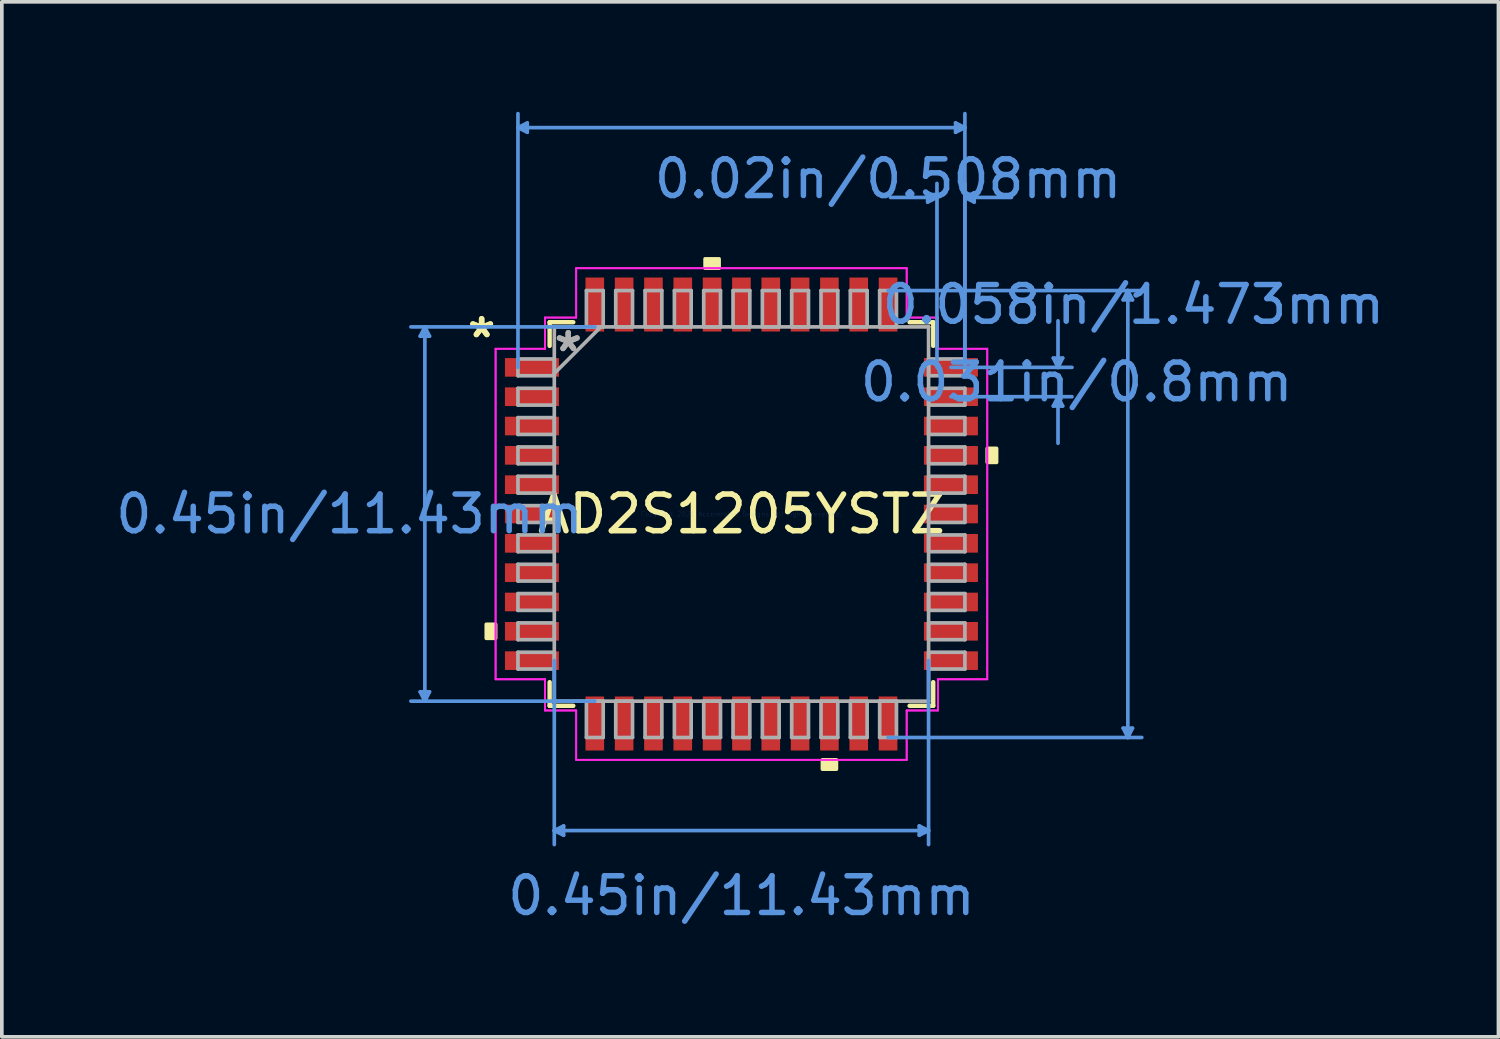
<source format=kicad_pcb>
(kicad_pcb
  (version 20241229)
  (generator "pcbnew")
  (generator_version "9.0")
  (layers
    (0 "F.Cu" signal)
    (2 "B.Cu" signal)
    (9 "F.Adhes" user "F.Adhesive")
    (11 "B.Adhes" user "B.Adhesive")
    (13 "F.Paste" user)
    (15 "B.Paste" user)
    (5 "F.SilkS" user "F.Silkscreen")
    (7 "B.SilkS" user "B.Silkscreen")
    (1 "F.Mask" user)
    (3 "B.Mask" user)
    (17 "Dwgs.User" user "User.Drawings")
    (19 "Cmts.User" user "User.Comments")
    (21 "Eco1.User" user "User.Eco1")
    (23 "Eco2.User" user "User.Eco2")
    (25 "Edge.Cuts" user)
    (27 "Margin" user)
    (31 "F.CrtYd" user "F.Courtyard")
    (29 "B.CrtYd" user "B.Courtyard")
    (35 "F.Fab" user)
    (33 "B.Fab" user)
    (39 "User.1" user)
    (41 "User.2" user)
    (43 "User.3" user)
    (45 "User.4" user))
  (footprint "AD2S1205YSTZ"
    (layer "F.Cu")
    (at 17.176 10.972)
    (property "Reference" "AD2S1205YSTZ" (at 0 0 0) (layer "F.SilkS") (effects (font (size 1 1) (thickness 0.15))))
    (attr through_hole)
    (fp_line (start -5.232 -5.232) (end -5.232 -4.587) (stroke (width 0.12) (type solid)) (layer "F.SilkS"))
    (fp_line (start -5.232 4.587) (end -5.232 5.232) (stroke (width 0.12) (type solid)) (layer "F.SilkS"))
    (fp_line (start -5.232 5.232) (end -4.587 5.232) (stroke (width 0.12) (type solid)) (layer "F.SilkS"))
    (fp_line (start -4.587 -5.232) (end -5.232 -5.232) (stroke (width 0.12) (type solid)) (layer "F.SilkS"))
    (fp_line (start 4.587 5.232) (end 5.232 5.232) (stroke (width 0.12) (type solid)) (layer "F.SilkS"))
    (fp_line (start 5.232 -5.232) (end 4.587 -5.232) (stroke (width 0.12) (type solid)) (layer "F.SilkS"))
    (fp_line (start 5.232 -4.587) (end 5.232 -5.232) (stroke (width 0.12) (type solid)) (layer "F.SilkS"))
    (fp_line (start 5.232 5.232) (end 5.232 4.587) (stroke (width 0.12) (type solid)) (layer "F.SilkS"))
    (fp_poly (pts (xy -6.96 3.009) (xy -6.96 3.39) (xy -6.706 3.39) (xy -6.706 3.009)) (stroke (width 0.1) (type solid)) (fill yes) (layer "F.SilkS"))
    (fp_poly (pts (xy -0.991 -6.706) (xy -0.991 -6.96) (xy -0.61 -6.96) (xy -0.61 -6.706)) (stroke (width 0.1) (type solid)) (fill yes) (layer "F.SilkS"))
    (fp_poly (pts (xy 2.209 6.706) (xy 2.209 6.96) (xy 2.591 6.96) (xy 2.591 6.706)) (stroke (width 0.1) (type solid)) (fill yes) (layer "F.SilkS"))
    (fp_poly (pts (xy 6.96 -1.79) (xy 6.96 -1.409) (xy 6.706 -1.409) (xy 6.706 -1.79)) (stroke (width 0.1) (type solid)) (fill yes) (layer "F.SilkS"))
    (fp_line (start -8.763 -4.851) (end -8.509 -4.851) (stroke (width 0.1) (type solid)) (layer "Cmts.User"))
    (fp_line (start -8.763 4.851) (end -8.509 4.851) (stroke (width 0.1) (type solid)) (layer "Cmts.User"))
    (fp_line (start -8.636 -5.105) (end -8.763 -4.851) (stroke (width 0.1) (type solid)) (layer "Cmts.User"))
    (fp_line (start -8.636 -5.105) (end -8.636 5.105) (stroke (width 0.1) (type solid)) (layer "Cmts.User"))
    (fp_line (start -8.636 -5.105) (end -8.509 -4.851) (stroke (width 0.1) (type solid)) (layer "Cmts.User"))
    (fp_line (start -8.636 5.105) (end -8.763 4.851) (stroke (width 0.1) (type solid)) (layer "Cmts.User"))
    (fp_line (start -8.636 5.105) (end -8.509 4.851) (stroke (width 0.1) (type solid)) (layer "Cmts.User"))
    (fp_line (start -6.096 -10.541) (end -5.842 -10.668) (stroke (width 0.1) (type solid)) (layer "Cmts.User"))
    (fp_line (start -6.096 -10.541) (end -5.842 -10.414) (stroke (width 0.1) (type solid)) (layer "Cmts.User"))
    (fp_line (start -6.096 -10.541) (end 6.096 -10.541) (stroke (width 0.1) (type solid)) (layer "Cmts.User"))
    (fp_line (start -6.096 -4) (end -6.096 -10.922) (stroke (width 0.1) (type solid)) (layer "Cmts.User"))
    (fp_line (start -5.842 -10.668) (end -5.842 -10.414) (stroke (width 0.1) (type solid)) (layer "Cmts.User"))
    (fp_line (start -5.105 4) (end -5.105 9.017) (stroke (width 0.1) (type solid)) (layer "Cmts.User"))
    (fp_line (start -5.105 8.636) (end -4.851 8.509) (stroke (width 0.1) (type solid)) (layer "Cmts.User"))
    (fp_line (start -5.105 8.636) (end -4.851 8.763) (stroke (width 0.1) (type solid)) (layer "Cmts.User"))
    (fp_line (start -5.105 8.636) (end 5.105 8.636) (stroke (width 0.1) (type solid)) (layer "Cmts.User"))
    (fp_line (start -4.851 8.509) (end -4.851 8.763) (stroke (width 0.1) (type solid)) (layer "Cmts.User"))
    (fp_line (start -4 -5.105) (end -9.017 -5.105) (stroke (width 0.1) (type solid)) (layer "Cmts.User"))
    (fp_line (start -4 5.105) (end -9.017 5.105) (stroke (width 0.1) (type solid)) (layer "Cmts.User"))
    (fp_line (start 4 -6.096) (end 10.922 -6.096) (stroke (width 0.1) (type solid)) (layer "Cmts.User"))
    (fp_line (start 4 6.096) (end 10.922 6.096) (stroke (width 0.1) (type solid)) (layer "Cmts.User"))
    (fp_line (start 4.851 8.509) (end 4.851 8.763) (stroke (width 0.1) (type solid)) (layer "Cmts.User"))
    (fp_line (start 5.08 -8.763) (end 5.08 -8.509) (stroke (width 0.1) (type solid)) (layer "Cmts.User"))
    (fp_line (start 5.105 4) (end 5.105 9.017) (stroke (width 0.1) (type solid)) (layer "Cmts.User"))
    (fp_line (start 5.105 8.636) (end 4.851 8.509) (stroke (width 0.1) (type solid)) (layer "Cmts.User"))
    (fp_line (start 5.105 8.636) (end 4.851 8.763) (stroke (width 0.1) (type solid)) (layer "Cmts.User"))
    (fp_line (start 5.334 -8.636) (end 4.064 -8.636) (stroke (width 0.1) (type solid)) (layer "Cmts.User"))
    (fp_line (start 5.334 -8.636) (end 5.08 -8.763) (stroke (width 0.1) (type solid)) (layer "Cmts.User"))
    (fp_line (start 5.334 -8.636) (end 5.08 -8.509) (stroke (width 0.1) (type solid)) (layer "Cmts.User"))
    (fp_line (start 5.334 -4) (end 5.334 -9.017) (stroke (width 0.1) (type solid)) (layer "Cmts.User"))
    (fp_line (start 5.715 -4) (end 9.017 -4) (stroke (width 0.1) (type solid)) (layer "Cmts.User"))
    (fp_line (start 5.715 -3.2) (end 9.017 -3.2) (stroke (width 0.1) (type solid)) (layer "Cmts.User"))
    (fp_line (start 5.842 -10.668) (end 5.842 -10.414) (stroke (width 0.1) (type solid)) (layer "Cmts.User"))
    (fp_line (start 6.096 -10.541) (end 5.842 -10.668) (stroke (width 0.1) (type solid)) (layer "Cmts.User"))
    (fp_line (start 6.096 -10.541) (end 5.842 -10.414) (stroke (width 0.1) (type solid)) (layer "Cmts.User"))
    (fp_line (start 6.096 -8.636) (end 6.35 -8.763) (stroke (width 0.1) (type solid)) (layer "Cmts.User"))
    (fp_line (start 6.096 -8.636) (end 6.35 -8.509) (stroke (width 0.1) (type solid)) (layer "Cmts.User"))
    (fp_line (start 6.096 -8.636) (end 7.366 -8.636) (stroke (width 0.1) (type solid)) (layer "Cmts.User"))
    (fp_line (start 6.096 -4) (end 6.096 -10.922) (stroke (width 0.1) (type solid)) (layer "Cmts.User"))
    (fp_line (start 6.096 -4) (end 6.096 -9.017) (stroke (width 0.1) (type solid)) (layer "Cmts.User"))
    (fp_line (start 6.35 -8.763) (end 6.35 -8.509) (stroke (width 0.1) (type solid)) (layer "Cmts.User"))
    (fp_line (start 8.509 -4.254) (end 8.763 -4.254) (stroke (width 0.1) (type solid)) (layer "Cmts.User"))
    (fp_line (start 8.509 -2.946) (end 8.763 -2.946) (stroke (width 0.1) (type solid)) (layer "Cmts.User"))
    (fp_line (start 8.636 -4) (end 8.509 -4.254) (stroke (width 0.1) (type solid)) (layer "Cmts.User"))
    (fp_line (start 8.636 -4) (end 8.636 -5.27) (stroke (width 0.1) (type solid)) (layer "Cmts.User"))
    (fp_line (start 8.636 -4) (end 8.763 -4.254) (stroke (width 0.1) (type solid)) (layer "Cmts.User"))
    (fp_line (start 8.636 -3.2) (end 8.509 -2.946) (stroke (width 0.1) (type solid)) (layer "Cmts.User"))
    (fp_line (start 8.636 -3.2) (end 8.636 -1.93) (stroke (width 0.1) (type solid)) (layer "Cmts.User"))
    (fp_line (start 8.636 -3.2) (end 8.763 -2.946) (stroke (width 0.1) (type solid)) (layer "Cmts.User"))
    (fp_line (start 10.414 -5.842) (end 10.668 -5.842) (stroke (width 0.1) (type solid)) (layer "Cmts.User"))
    (fp_line (start 10.414 5.842) (end 10.668 5.842) (stroke (width 0.1) (type solid)) (layer "Cmts.User"))
    (fp_line (start 10.541 -6.096) (end 10.414 -5.842) (stroke (width 0.1) (type solid)) (layer "Cmts.User"))
    (fp_line (start 10.541 -6.096) (end 10.541 6.096) (stroke (width 0.1) (type solid)) (layer "Cmts.User"))
    (fp_line (start 10.541 -6.096) (end 10.668 -5.842) (stroke (width 0.1) (type solid)) (layer "Cmts.User"))
    (fp_line (start 10.541 6.096) (end 10.414 5.842) (stroke (width 0.1) (type solid)) (layer "Cmts.User"))
    (fp_line (start 10.541 6.096) (end 10.668 5.842) (stroke (width 0.1) (type solid)) (layer "Cmts.User"))
    (fp_line (start -6.706 -4.508) (end -5.359 -4.508) (stroke (width 0.05) (type solid)) (layer "F.CrtYd"))
    (fp_line (start -6.706 -4.508) (end -5.359 -4.508) (stroke (width 0.05) (type solid)) (layer "F.CrtYd"))
    (fp_line (start -6.706 4.508) (end -6.706 -4.508) (stroke (width 0.05) (type solid)) (layer "F.CrtYd"))
    (fp_line (start -6.706 4.508) (end -6.706 -4.508) (stroke (width 0.05) (type solid)) (layer "F.CrtYd"))
    (fp_line (start -5.359 -5.359) (end -4.508 -5.359) (stroke (width 0.05) (type solid)) (layer "F.CrtYd"))
    (fp_line (start -5.359 -5.359) (end -4.508 -5.359) (stroke (width 0.05) (type solid)) (layer "F.CrtYd"))
    (fp_line (start -5.359 -4.508) (end -5.359 -5.359) (stroke (width 0.05) (type solid)) (layer "F.CrtYd"))
    (fp_line (start -5.359 -4.508) (end -5.359 -5.359) (stroke (width 0.05) (type solid)) (layer "F.CrtYd"))
    (fp_line (start -5.359 4.508) (end -6.706 4.508) (stroke (width 0.05) (type solid)) (layer "F.CrtYd"))
    (fp_line (start -5.359 4.508) (end -6.706 4.508) (stroke (width 0.05) (type solid)) (layer "F.CrtYd"))
    (fp_line (start -5.359 5.359) (end -5.359 4.508) (stroke (width 0.05) (type solid)) (layer "F.CrtYd"))
    (fp_line (start -5.359 5.359) (end -5.359 4.508) (stroke (width 0.05) (type solid)) (layer "F.CrtYd"))
    (fp_line (start -5.359 5.359) (end -4.508 5.359) (stroke (width 0.05) (type solid)) (layer "F.CrtYd"))
    (fp_line (start -4.508 -6.706) (end 4.508 -6.706) (stroke (width 0.05) (type solid)) (layer "F.CrtYd"))
    (fp_line (start -4.508 -6.706) (end 4.508 -6.706) (stroke (width 0.05) (type solid)) (layer "F.CrtYd"))
    (fp_line (start -4.508 -5.359) (end -4.508 -6.706) (stroke (width 0.05) (type solid)) (layer "F.CrtYd"))
    (fp_line (start -4.508 -5.359) (end -4.508 -6.706) (stroke (width 0.05) (type solid)) (layer "F.CrtYd"))
    (fp_line (start -4.508 5.359) (end -5.359 5.359) (stroke (width 0.05) (type solid)) (layer "F.CrtYd"))
    (fp_line (start -4.508 5.359) (end -4.508 6.706) (stroke (width 0.05) (type solid)) (layer "F.CrtYd"))
    (fp_line (start -4.508 6.706) (end -4.508 5.359) (stroke (width 0.05) (type solid)) (layer "F.CrtYd"))
    (fp_line (start -4.508 6.706) (end 4.508 6.706) (stroke (width 0.05) (type solid)) (layer "F.CrtYd"))
    (fp_line (start 4.508 -6.706) (end 4.508 -5.359) (stroke (width 0.05) (type solid)) (layer "F.CrtYd"))
    (fp_line (start 4.508 -6.706) (end 4.508 -5.359) (stroke (width 0.05) (type solid)) (layer "F.CrtYd"))
    (fp_line (start 4.508 -5.359) (end 5.359 -5.359) (stroke (width 0.05) (type solid)) (layer "F.CrtYd"))
    (fp_line (start 4.508 -5.359) (end 5.359 -5.359) (stroke (width 0.05) (type solid)) (layer "F.CrtYd"))
    (fp_line (start 4.508 5.359) (end 4.508 6.706) (stroke (width 0.05) (type solid)) (layer "F.CrtYd"))
    (fp_line (start 4.508 5.359) (end 5.359 5.359) (stroke (width 0.05) (type solid)) (layer "F.CrtYd"))
    (fp_line (start 4.508 6.706) (end -4.508 6.706) (stroke (width 0.05) (type solid)) (layer "F.CrtYd"))
    (fp_line (start 4.508 6.706) (end 4.508 5.359) (stroke (width 0.05) (type solid)) (layer "F.CrtYd"))
    (fp_line (start 5.359 -5.359) (end 5.359 -4.508) (stroke (width 0.05) (type solid)) (layer "F.CrtYd"))
    (fp_line (start 5.359 -4.508) (end 5.359 -5.359) (stroke (width 0.05) (type solid)) (layer "F.CrtYd"))
    (fp_line (start 5.359 -4.508) (end 6.706 -4.508) (stroke (width 0.05) (type solid)) (layer "F.CrtYd"))
    (fp_line (start 5.359 4.508) (end 5.359 5.359) (stroke (width 0.05) (type solid)) (layer "F.CrtYd"))
    (fp_line (start 5.359 4.508) (end 6.706 4.508) (stroke (width 0.05) (type solid)) (layer "F.CrtYd"))
    (fp_line (start 5.359 5.359) (end 4.508 5.359) (stroke (width 0.05) (type solid)) (layer "F.CrtYd"))
    (fp_line (start 5.359 5.359) (end 5.359 4.508) (stroke (width 0.05) (type solid)) (layer "F.CrtYd"))
    (fp_line (start 6.706 -4.508) (end 5.359 -4.508) (stroke (width 0.05) (type solid)) (layer "F.CrtYd"))
    (fp_line (start 6.706 -4.508) (end 6.706 4.508) (stroke (width 0.05) (type solid)) (layer "F.CrtYd"))
    (fp_line (start 6.706 4.508) (end 5.359 4.508) (stroke (width 0.05) (type solid)) (layer "F.CrtYd"))
    (fp_line (start 6.706 4.508) (end 6.706 -4.508) (stroke (width 0.05) (type solid)) (layer "F.CrtYd"))
    (fp_line (start -6.096 -4.229) (end -6.096 -3.771) (stroke (width 0.1) (type solid)) (layer "F.Fab"))
    (fp_line (start -6.096 -3.771) (end -5.105 -3.771) (stroke (width 0.1) (type solid)) (layer "F.Fab"))
    (fp_line (start -6.096 -3.429) (end -6.096 -2.971) (stroke (width 0.1) (type solid)) (layer "F.Fab"))
    (fp_line (start -6.096 -2.971) (end -5.105 -2.971) (stroke (width 0.1) (type solid)) (layer "F.Fab"))
    (fp_line (start -6.096 -2.629) (end -6.096 -2.171) (stroke (width 0.1) (type solid)) (layer "F.Fab"))
    (fp_line (start -6.096 -2.171) (end -5.105 -2.171) (stroke (width 0.1) (type solid)) (layer "F.Fab"))
    (fp_line (start -6.096 -1.829) (end -6.096 -1.371) (stroke (width 0.1) (type solid)) (layer "F.Fab"))
    (fp_line (start -6.096 -1.371) (end -5.105 -1.371) (stroke (width 0.1) (type solid)) (layer "F.Fab"))
    (fp_line (start -6.096 -1.029) (end -6.096 -0.571) (stroke (width 0.1) (type solid)) (layer "F.Fab"))
    (fp_line (start -6.096 -0.571) (end -5.105 -0.571) (stroke (width 0.1) (type solid)) (layer "F.Fab"))
    (fp_line (start -6.096 -0.229) (end -6.096 0.229) (stroke (width 0.1) (type solid)) (layer "F.Fab"))
    (fp_line (start -6.096 0.229) (end -5.105 0.229) (stroke (width 0.1) (type solid)) (layer "F.Fab"))
    (fp_line (start -6.096 0.571) (end -6.096 1.029) (stroke (width 0.1) (type solid)) (layer "F.Fab"))
    (fp_line (start -6.096 1.029) (end -5.105 1.029) (stroke (width 0.1) (type solid)) (layer "F.Fab"))
    (fp_line (start -6.096 1.371) (end -6.096 1.829) (stroke (width 0.1) (type solid)) (layer "F.Fab"))
    (fp_line (start -6.096 1.829) (end -5.105 1.829) (stroke (width 0.1) (type solid)) (layer "F.Fab"))
    (fp_line (start -6.096 2.171) (end -6.096 2.629) (stroke (width 0.1) (type solid)) (layer "F.Fab"))
    (fp_line (start -6.096 2.629) (end -5.105 2.629) (stroke (width 0.1) (type solid)) (layer "F.Fab"))
    (fp_line (start -6.096 2.971) (end -6.096 3.429) (stroke (width 0.1) (type solid)) (layer "F.Fab"))
    (fp_line (start -6.096 3.429) (end -5.105 3.429) (stroke (width 0.1) (type solid)) (layer "F.Fab"))
    (fp_line (start -6.096 3.771) (end -6.096 4.229) (stroke (width 0.1) (type solid)) (layer "F.Fab"))
    (fp_line (start -6.096 4.229) (end -5.105 4.229) (stroke (width 0.1) (type solid)) (layer "F.Fab"))
    (fp_line (start -5.105 -5.105) (end -5.105 -5.105) (stroke (width 0.1) (type solid)) (layer "F.Fab"))
    (fp_line (start -5.105 -5.105) (end -5.105 5.105) (stroke (width 0.1) (type solid)) (layer "F.Fab"))
    (fp_line (start -5.105 -4.229) (end -6.096 -4.229) (stroke (width 0.1) (type solid)) (layer "F.Fab"))
    (fp_line (start -5.105 -3.835) (end -3.835 -5.105) (stroke (width 0.1) (type solid)) (layer "F.Fab"))
    (fp_line (start -5.105 -3.771) (end -5.105 -4.229) (stroke (width 0.1) (type solid)) (layer "F.Fab"))
    (fp_line (start -5.105 -3.429) (end -6.096 -3.429) (stroke (width 0.1) (type solid)) (layer "F.Fab"))
    (fp_line (start -5.105 -2.971) (end -5.105 -3.429) (stroke (width 0.1) (type solid)) (layer "F.Fab"))
    (fp_line (start -5.105 -2.629) (end -6.096 -2.629) (stroke (width 0.1) (type solid)) (layer "F.Fab"))
    (fp_line (start -5.105 -2.171) (end -5.105 -2.629) (stroke (width 0.1) (type solid)) (layer "F.Fab"))
    (fp_line (start -5.105 -1.829) (end -6.096 -1.829) (stroke (width 0.1) (type solid)) (layer "F.Fab"))
    (fp_line (start -5.105 -1.371) (end -5.105 -1.829) (stroke (width 0.1) (type solid)) (layer "F.Fab"))
    (fp_line (start -5.105 -1.029) (end -6.096 -1.029) (stroke (width 0.1) (type solid)) (layer "F.Fab"))
    (fp_line (start -5.105 -0.571) (end -5.105 -1.029) (stroke (width 0.1) (type solid)) (layer "F.Fab"))
    (fp_line (start -5.105 -0.229) (end -6.096 -0.229) (stroke (width 0.1) (type solid)) (layer "F.Fab"))
    (fp_line (start -5.105 0.229) (end -5.105 -0.229) (stroke (width 0.1) (type solid)) (layer "F.Fab"))
    (fp_line (start -5.105 0.571) (end -6.096 0.571) (stroke (width 0.1) (type solid)) (layer "F.Fab"))
    (fp_line (start -5.105 1.029) (end -5.105 0.571) (stroke (width 0.1) (type solid)) (layer "F.Fab"))
    (fp_line (start -5.105 1.371) (end -6.096 1.371) (stroke (width 0.1) (type solid)) (layer "F.Fab"))
    (fp_line (start -5.105 1.829) (end -5.105 1.371) (stroke (width 0.1) (type solid)) (layer "F.Fab"))
    (fp_line (start -5.105 2.171) (end -6.096 2.171) (stroke (width 0.1) (type solid)) (layer "F.Fab"))
    (fp_line (start -5.105 2.629) (end -5.105 2.171) (stroke (width 0.1) (type solid)) (layer "F.Fab"))
    (fp_line (start -5.105 2.971) (end -6.096 2.971) (stroke (width 0.1) (type solid)) (layer "F.Fab"))
    (fp_line (start -5.105 3.429) (end -5.105 2.971) (stroke (width 0.1) (type solid)) (layer "F.Fab"))
    (fp_line (start -5.105 3.771) (end -6.096 3.771) (stroke (width 0.1) (type solid)) (layer "F.Fab"))
    (fp_line (start -5.105 4.229) (end -5.105 3.771) (stroke (width 0.1) (type solid)) (layer "F.Fab"))
    (fp_line (start -5.105 5.105) (end -5.105 5.105) (stroke (width 0.1) (type solid)) (layer "F.Fab"))
    (fp_line (start -5.105 5.105) (end 5.105 5.105) (stroke (width 0.1) (type solid)) (layer "F.Fab"))
    (fp_line (start -4.229 5.105) (end -4.229 6.096) (stroke (width 0.1) (type solid)) (layer "F.Fab"))
    (fp_line (start -4.229 6.096) (end -3.771 6.096) (stroke (width 0.1) (type solid)) (layer "F.Fab"))
    (fp_line (start -4.229 -6.096) (end -4.229 -5.105) (stroke (width 0.1) (type solid)) (layer "F.Fab"))
    (fp_line (start -4.229 -5.105) (end -3.771 -5.105) (stroke (width 0.1) (type solid)) (layer "F.Fab"))
    (fp_line (start -3.771 5.105) (end -4.229 5.105) (stroke (width 0.1) (type solid)) (layer "F.Fab"))
    (fp_line (start -3.771 6.096) (end -3.771 5.105) (stroke (width 0.1) (type solid)) (layer "F.Fab"))
    (fp_line (start -3.771 -6.096) (end -4.229 -6.096) (stroke (width 0.1) (type solid)) (layer "F.Fab"))
    (fp_line (start -3.771 -5.105) (end -3.771 -6.096) (stroke (width 0.1) (type solid)) (layer "F.Fab"))
    (fp_line (start -3.429 -6.096) (end -3.429 -5.105) (stroke (width 0.1) (type solid)) (layer "F.Fab"))
    (fp_line (start -3.429 -5.105) (end -2.971 -5.105) (stroke (width 0.1) (type solid)) (layer "F.Fab"))
    (fp_line (start -3.429 5.105) (end -3.429 6.096) (stroke (width 0.1) (type solid)) (layer "F.Fab"))
    (fp_line (start -3.429 6.096) (end -2.971 6.096) (stroke (width 0.1) (type solid)) (layer "F.Fab"))
    (fp_line (start -2.971 -6.096) (end -3.429 -6.096) (stroke (width 0.1) (type solid)) (layer "F.Fab"))
    (fp_line (start -2.971 -5.105) (end -2.971 -6.096) (stroke (width 0.1) (type solid)) (layer "F.Fab"))
    (fp_line (start -2.971 5.105) (end -3.429 5.105) (stroke (width 0.1) (type solid)) (layer "F.Fab"))
    (fp_line (start -2.971 6.096) (end -2.971 5.105) (stroke (width 0.1) (type solid)) (layer "F.Fab"))
    (fp_line (start -2.629 -6.096) (end -2.629 -5.105) (stroke (width 0.1) (type solid)) (layer "F.Fab"))
    (fp_line (start -2.629 -5.105) (end -2.171 -5.105) (stroke (width 0.1) (type solid)) (layer "F.Fab"))
    (fp_line (start -2.629 5.105) (end -2.629 6.096) (stroke (width 0.1) (type solid)) (layer "F.Fab"))
    (fp_line (start -2.629 6.096) (end -2.171 6.096) (stroke (width 0.1) (type solid)) (layer "F.Fab"))
    (fp_line (start -2.171 -6.096) (end -2.629 -6.096) (stroke (width 0.1) (type solid)) (layer "F.Fab"))
    (fp_line (start -2.171 -5.105) (end -2.171 -6.096) (stroke (width 0.1) (type solid)) (layer "F.Fab"))
    (fp_line (start -2.171 5.105) (end -2.629 5.105) (stroke (width 0.1) (type solid)) (layer "F.Fab"))
    (fp_line (start -2.171 6.096) (end -2.171 5.105) (stroke (width 0.1) (type solid)) (layer "F.Fab"))
    (fp_line (start -1.829 -6.096) (end -1.829 -5.105) (stroke (width 0.1) (type solid)) (layer "F.Fab"))
    (fp_line (start -1.829 -5.105) (end -1.371 -5.105) (stroke (width 0.1) (type solid)) (layer "F.Fab"))
    (fp_line (start -1.829 5.105) (end -1.829 6.096) (stroke (width 0.1) (type solid)) (layer "F.Fab"))
    (fp_line (start -1.829 6.096) (end -1.371 6.096) (stroke (width 0.1) (type solid)) (layer "F.Fab"))
    (fp_line (start -1.371 -6.096) (end -1.829 -6.096) (stroke (width 0.1) (type solid)) (layer "F.Fab"))
    (fp_line (start -1.371 -5.105) (end -1.371 -6.096) (stroke (width 0.1) (type solid)) (layer "F.Fab"))
    (fp_line (start -1.371 5.105) (end -1.829 5.105) (stroke (width 0.1) (type solid)) (layer "F.Fab"))
    (fp_line (start -1.371 6.096) (end -1.371 5.105) (stroke (width 0.1) (type solid)) (layer "F.Fab"))
    (fp_line (start -1.029 -6.096) (end -1.029 -5.105) (stroke (width 0.1) (type solid)) (layer "F.Fab"))
    (fp_line (start -1.029 -5.105) (end -0.571 -5.105) (stroke (width 0.1) (type solid)) (layer "F.Fab"))
    (fp_line (start -1.029 5.105) (end -1.029 6.096) (stroke (width 0.1) (type solid)) (layer "F.Fab"))
    (fp_line (start -1.029 6.096) (end -0.571 6.096) (stroke (width 0.1) (type solid)) (layer "F.Fab"))
    (fp_line (start -0.571 -6.096) (end -1.029 -6.096) (stroke (width 0.1) (type solid)) (layer "F.Fab"))
    (fp_line (start -0.571 -5.105) (end -0.571 -6.096) (stroke (width 0.1) (type solid)) (layer "F.Fab"))
    (fp_line (start -0.571 5.105) (end -1.029 5.105) (stroke (width 0.1) (type solid)) (layer "F.Fab"))
    (fp_line (start -0.571 6.096) (end -0.571 5.105) (stroke (width 0.1) (type solid)) (layer "F.Fab"))
    (fp_line (start -0.229 -6.096) (end -0.229 -5.105) (stroke (width 0.1) (type solid)) (layer "F.Fab"))
    (fp_line (start -0.229 -5.105) (end 0.229 -5.105) (stroke (width 0.1) (type solid)) (layer "F.Fab"))
    (fp_line (start -0.229 5.105) (end -0.229 6.096) (stroke (width 0.1) (type solid)) (layer "F.Fab"))
    (fp_line (start -0.229 6.096) (end 0.229 6.096) (stroke (width 0.1) (type solid)) (layer "F.Fab"))
    (fp_line (start 0.229 -6.096) (end -0.229 -6.096) (stroke (width 0.1) (type solid)) (layer "F.Fab"))
    (fp_line (start 0.229 -5.105) (end 0.229 -6.096) (stroke (width 0.1) (type solid)) (layer "F.Fab"))
    (fp_line (start 0.229 5.105) (end -0.229 5.105) (stroke (width 0.1) (type solid)) (layer "F.Fab"))
    (fp_line (start 0.229 6.096) (end 0.229 5.105) (stroke (width 0.1) (type solid)) (layer "F.Fab"))
    (fp_line (start 0.571 -6.096) (end 0.571 -5.105) (stroke (width 0.1) (type solid)) (layer "F.Fab"))
    (fp_line (start 0.571 -5.105) (end 1.029 -5.105) (stroke (width 0.1) (type solid)) (layer "F.Fab"))
    (fp_line (start 0.571 5.105) (end 0.571 6.096) (stroke (width 0.1) (type solid)) (layer "F.Fab"))
    (fp_line (start 0.571 6.096) (end 1.029 6.096) (stroke (width 0.1) (type solid)) (layer "F.Fab"))
    (fp_line (start 1.029 -6.096) (end 0.571 -6.096) (stroke (width 0.1) (type solid)) (layer "F.Fab"))
    (fp_line (start 1.029 -5.105) (end 1.029 -6.096) (stroke (width 0.1) (type solid)) (layer "F.Fab"))
    (fp_line (start 1.029 5.105) (end 0.571 5.105) (stroke (width 0.1) (type solid)) (layer "F.Fab"))
    (fp_line (start 1.029 6.096) (end 1.029 5.105) (stroke (width 0.1) (type solid)) (layer "F.Fab"))
    (fp_line (start 1.371 -6.096) (end 1.371 -5.105) (stroke (width 0.1) (type solid)) (layer "F.Fab"))
    (fp_line (start 1.371 -5.105) (end 1.829 -5.105) (stroke (width 0.1) (type solid)) (layer "F.Fab"))
    (fp_line (start 1.371 5.105) (end 1.371 6.096) (stroke (width 0.1) (type solid)) (layer "F.Fab"))
    (fp_line (start 1.371 6.096) (end 1.829 6.096) (stroke (width 0.1) (type solid)) (layer "F.Fab"))
    (fp_line (start 1.829 -6.096) (end 1.371 -6.096) (stroke (width 0.1) (type solid)) (layer "F.Fab"))
    (fp_line (start 1.829 -5.105) (end 1.829 -6.096) (stroke (width 0.1) (type solid)) (layer "F.Fab"))
    (fp_line (start 1.829 5.105) (end 1.371 5.105) (stroke (width 0.1) (type solid)) (layer "F.Fab"))
    (fp_line (start 1.829 6.096) (end 1.829 5.105) (stroke (width 0.1) (type solid)) (layer "F.Fab"))
    (fp_line (start 2.171 -6.096) (end 2.171 -5.105) (stroke (width 0.1) (type solid)) (layer "F.Fab"))
    (fp_line (start 2.171 -5.105) (end 2.629 -5.105) (stroke (width 0.1) (type solid)) (layer "F.Fab"))
    (fp_line (start 2.171 5.105) (end 2.171 6.096) (stroke (width 0.1) (type solid)) (layer "F.Fab"))
    (fp_line (start 2.171 6.096) (end 2.629 6.096) (stroke (width 0.1) (type solid)) (layer "F.Fab"))
    (fp_line (start 2.629 -6.096) (end 2.171 -6.096) (stroke (width 0.1) (type solid)) (layer "F.Fab"))
    (fp_line (start 2.629 -5.105) (end 2.629 -6.096) (stroke (width 0.1) (type solid)) (layer "F.Fab"))
    (fp_line (start 2.629 5.105) (end 2.171 5.105) (stroke (width 0.1) (type solid)) (layer "F.Fab"))
    (fp_line (start 2.629 6.096) (end 2.629 5.105) (stroke (width 0.1) (type solid)) (layer "F.Fab"))
    (fp_line (start 2.971 -6.096) (end 2.971 -5.105) (stroke (width 0.1) (type solid)) (layer "F.Fab"))
    (fp_line (start 2.971 -5.105) (end 3.429 -5.105) (stroke (width 0.1) (type solid)) (layer "F.Fab"))
    (fp_line (start 2.971 5.105) (end 2.971 6.096) (stroke (width 0.1) (type solid)) (layer "F.Fab"))
    (fp_line (start 2.971 6.096) (end 3.429 6.096) (stroke (width 0.1) (type solid)) (layer "F.Fab"))
    (fp_line (start 3.429 -6.096) (end 2.971 -6.096) (stroke (width 0.1) (type solid)) (layer "F.Fab"))
    (fp_line (start 3.429 -5.105) (end 3.429 -6.096) (stroke (width 0.1) (type solid)) (layer "F.Fab"))
    (fp_line (start 3.429 5.105) (end 2.971 5.105) (stroke (width 0.1) (type solid)) (layer "F.Fab"))
    (fp_line (start 3.429 6.096) (end 3.429 5.105) (stroke (width 0.1) (type solid)) (layer "F.Fab"))
    (fp_line (start 3.771 5.105) (end 3.771 6.096) (stroke (width 0.1) (type solid)) (layer "F.Fab"))
    (fp_line (start 3.771 6.096) (end 4.229 6.096) (stroke (width 0.1) (type solid)) (layer "F.Fab"))
    (fp_line (start 3.771 -6.096) (end 3.771 -5.105) (stroke (width 0.1) (type solid)) (layer "F.Fab"))
    (fp_line (start 3.771 -5.105) (end 4.229 -5.105) (stroke (width 0.1) (type solid)) (layer "F.Fab"))
    (fp_line (start 4.229 5.105) (end 3.771 5.105) (stroke (width 0.1) (type solid)) (layer "F.Fab"))
    (fp_line (start 4.229 6.096) (end 4.229 5.105) (stroke (width 0.1) (type solid)) (layer "F.Fab"))
    (fp_line (start 4.229 -6.096) (end 3.771 -6.096) (stroke (width 0.1) (type solid)) (layer "F.Fab"))
    (fp_line (start 4.229 -5.105) (end 4.229 -6.096) (stroke (width 0.1) (type solid)) (layer "F.Fab"))
    (fp_line (start 5.105 -5.105) (end -5.105 -5.105) (stroke (width 0.1) (type solid)) (layer "F.Fab"))
    (fp_line (start 5.105 -5.105) (end 5.105 -5.105) (stroke (width 0.1) (type solid)) (layer "F.Fab"))
    (fp_line (start 5.105 -4.229) (end 5.105 -3.771) (stroke (width 0.1) (type solid)) (layer "F.Fab"))
    (fp_line (start 5.105 -3.771) (end 6.096 -3.771) (stroke (width 0.1) (type solid)) (layer "F.Fab"))
    (fp_line (start 5.105 -3.429) (end 5.105 -2.971) (stroke (width 0.1) (type solid)) (layer "F.Fab"))
    (fp_line (start 5.105 -2.971) (end 6.096 -2.971) (stroke (width 0.1) (type solid)) (layer "F.Fab"))
    (fp_line (start 5.105 -2.629) (end 5.105 -2.171) (stroke (width 0.1) (type solid)) (layer "F.Fab"))
    (fp_line (start 5.105 -2.171) (end 6.096 -2.171) (stroke (width 0.1) (type solid)) (layer "F.Fab"))
    (fp_line (start 5.105 -1.829) (end 5.105 -1.371) (stroke (width 0.1) (type solid)) (layer "F.Fab"))
    (fp_line (start 5.105 -1.371) (end 6.096 -1.371) (stroke (width 0.1) (type solid)) (layer "F.Fab"))
    (fp_line (start 5.105 -1.029) (end 5.105 -0.571) (stroke (width 0.1) (type solid)) (layer "F.Fab"))
    (fp_line (start 5.105 -0.571) (end 6.096 -0.571) (stroke (width 0.1) (type solid)) (layer "F.Fab"))
    (fp_line (start 5.105 -0.229) (end 5.105 0.229) (stroke (width 0.1) (type solid)) (layer "F.Fab"))
    (fp_line (start 5.105 0.229) (end 6.096 0.229) (stroke (width 0.1) (type solid)) (layer "F.Fab"))
    (fp_line (start 5.105 0.571) (end 5.105 1.029) (stroke (width 0.1) (type solid)) (layer "F.Fab"))
    (fp_line (start 5.105 1.029) (end 6.096 1.029) (stroke (width 0.1) (type solid)) (layer "F.Fab"))
    (fp_line (start 5.105 1.371) (end 5.105 1.829) (stroke (width 0.1) (type solid)) (layer "F.Fab"))
    (fp_line (start 5.105 1.829) (end 6.096 1.829) (stroke (width 0.1) (type solid)) (layer "F.Fab"))
    (fp_line (start 5.105 2.171) (end 5.105 2.629) (stroke (width 0.1) (type solid)) (layer "F.Fab"))
    (fp_line (start 5.105 2.629) (end 6.096 2.629) (stroke (width 0.1) (type solid)) (layer "F.Fab"))
    (fp_line (start 5.105 2.971) (end 5.105 3.429) (stroke (width 0.1) (type solid)) (layer "F.Fab"))
    (fp_line (start 5.105 3.429) (end 6.096 3.429) (stroke (width 0.1) (type solid)) (layer "F.Fab"))
    (fp_line (start 5.105 3.771) (end 5.105 4.229) (stroke (width 0.1) (type solid)) (layer "F.Fab"))
    (fp_line (start 5.105 4.229) (end 6.096 4.229) (stroke (width 0.1) (type solid)) (layer "F.Fab"))
    (fp_line (start 5.105 5.105) (end 5.105 -5.105) (stroke (width 0.1) (type solid)) (layer "F.Fab"))
    (fp_line (start 5.105 5.105) (end 5.105 5.105) (stroke (width 0.1) (type solid)) (layer "F.Fab"))
    (fp_line (start 6.096 -4.229) (end 5.105 -4.229) (stroke (width 0.1) (type solid)) (layer "F.Fab"))
    (fp_line (start 6.096 -3.771) (end 6.096 -4.229) (stroke (width 0.1) (type solid)) (layer "F.Fab"))
    (fp_line (start 6.096 -3.429) (end 5.105 -3.429) (stroke (width 0.1) (type solid)) (layer "F.Fab"))
    (fp_line (start 6.096 -2.971) (end 6.096 -3.429) (stroke (width 0.1) (type solid)) (layer "F.Fab"))
    (fp_line (start 6.096 -2.629) (end 5.105 -2.629) (stroke (width 0.1) (type solid)) (layer "F.Fab"))
    (fp_line (start 6.096 -2.171) (end 6.096 -2.629) (stroke (width 0.1) (type solid)) (layer "F.Fab"))
    (fp_line (start 6.096 -1.829) (end 5.105 -1.829) (stroke (width 0.1) (type solid)) (layer "F.Fab"))
    (fp_line (start 6.096 -1.371) (end 6.096 -1.829) (stroke (width 0.1) (type solid)) (layer "F.Fab"))
    (fp_line (start 6.096 -1.029) (end 5.105 -1.029) (stroke (width 0.1) (type solid)) (layer "F.Fab"))
    (fp_line (start 6.096 -0.571) (end 6.096 -1.029) (stroke (width 0.1) (type solid)) (layer "F.Fab"))
    (fp_line (start 6.096 -0.229) (end 5.105 -0.229) (stroke (width 0.1) (type solid)) (layer "F.Fab"))
    (fp_line (start 6.096 0.229) (end 6.096 -0.229) (stroke (width 0.1) (type solid)) (layer "F.Fab"))
    (fp_line (start 6.096 0.571) (end 5.105 0.571) (stroke (width 0.1) (type solid)) (layer "F.Fab"))
    (fp_line (start 6.096 1.029) (end 6.096 0.571) (stroke (width 0.1) (type solid)) (layer "F.Fab"))
    (fp_line (start 6.096 1.371) (end 5.105 1.371) (stroke (width 0.1) (type solid)) (layer "F.Fab"))
    (fp_line (start 6.096 1.829) (end 6.096 1.371) (stroke (width 0.1) (type solid)) (layer "F.Fab"))
    (fp_line (start 6.096 2.171) (end 5.105 2.171) (stroke (width 0.1) (type solid)) (layer "F.Fab"))
    (fp_line (start 6.096 2.629) (end 6.096 2.171) (stroke (width 0.1) (type solid)) (layer "F.Fab"))
    (fp_line (start 6.096 2.971) (end 5.105 2.971) (stroke (width 0.1) (type solid)) (layer "F.Fab"))
    (fp_line (start 6.096 3.429) (end 6.096 2.971) (stroke (width 0.1) (type solid)) (layer "F.Fab"))
    (fp_line (start 6.096 3.771) (end 5.105 3.771) (stroke (width 0.1) (type solid)) (layer "F.Fab"))
    (fp_line (start 6.096 4.229) (end 6.096 3.771) (stroke (width 0.1) (type solid)) (layer "F.Fab"))
    (fp_text user "*" (at -7.087 -4.781 0) (layer "F.SilkS") (effects (font (size 1 1) (thickness 0.15))))
    (fp_text user "*" (at -7.087 -4.781 0) (layer "F.SilkS") (effects (font (size 1 1) (thickness 0.15))))
    (fp_text user "0.031in/0.8mm" (at 9.144 -3.6 0) (layer "Cmts.User") (effects (font (size 1 1) (thickness 0.15))))
    (fp_text user "0.45in/11.43mm" (at 0 10.414 0) (layer "Cmts.User") (effects (font (size 1 1) (thickness 0.15))))
    (fp_text user "0.02in/0.508mm" (at 4 -9.144 0) (layer "Cmts.User") (effects (font (size 1 1) (thickness 0.15))))
    (fp_text user "0.45in/11.43mm" (at -10.693 0 0) (layer "Cmts.User") (effects (font (size 1 1) (thickness 0.15))))
    (fp_text user "Copyright 2021 Accelerated Designs. All rights reserved." (at 0 0 0) (layer "Cmts.User") (effects (font (size 0.127 0.127) (thickness 0.002))))
    (fp_text user "0.058in/1.473mm" (at 10.693 -5.715 0) (layer "Cmts.User") (effects (font (size 1 1) (thickness 0.15))))
    (fp_text user "*" (at -4.724 -4.4 0) (layer "F.Fab") (effects (font (size 1 1) (thickness 0.15))))
    (fp_text user "*" (at -4.724 -4.4 0) (layer "F.Fab") (effects (font (size 1 1) (thickness 0.15))))
    (pad "1" smd rect (at -5.715 -4 90) (size 0.508 1.473) (layers "F.Cu" "F.Mask" "F.Paste"))
    (pad "2" smd rect (at -5.715 -3.2 90) (size 0.508 1.473) (layers "F.Cu" "F.Mask" "F.Paste"))
    (pad "3" smd rect (at -5.715 -2.4 90) (size 0.508 1.473) (layers "F.Cu" "F.Mask" "F.Paste"))
    (pad "4" smd rect (at -5.715 -1.6 90) (size 0.508 1.473) (layers "F.Cu" "F.Mask" "F.Paste"))
    (pad "5" smd rect (at -5.715 -0.8 90) (size 0.508 1.473) (layers "F.Cu" "F.Mask" "F.Paste"))
    (pad "6" smd rect (at -5.715 0 90) (size 0.508 1.473) (layers "F.Cu" "F.Mask" "F.Paste"))
    (pad "7" smd rect (at -5.715 0.8 90) (size 0.508 1.473) (layers "F.Cu" "F.Mask" "F.Paste"))
    (pad "8" smd rect (at -5.715 1.6 90) (size 0.508 1.473) (layers "F.Cu" "F.Mask" "F.Paste"))
    (pad "9" smd rect (at -5.715 2.4 90) (size 0.508 1.473) (layers "F.Cu" "F.Mask" "F.Paste"))
    (pad "10" smd rect (at -5.715 3.2 90) (size 0.508 1.473) (layers "F.Cu" "F.Mask" "F.Paste"))
    (pad "11" smd rect (at -5.715 4 90) (size 0.508 1.473) (layers "F.Cu" "F.Mask" "F.Paste"))
    (pad "12" smd rect (at -4 5.715) (size 0.508 1.473) (layers "F.Cu" "F.Mask" "F.Paste"))
    (pad "13" smd rect (at -3.2 5.715) (size 0.508 1.473) (layers "F.Cu" "F.Mask" "F.Paste"))
    (pad "14" smd rect (at -2.4 5.715) (size 0.508 1.473) (layers "F.Cu" "F.Mask" "F.Paste"))
    (pad "15" smd rect (at -1.6 5.715) (size 0.508 1.473) (layers "F.Cu" "F.Mask" "F.Paste"))
    (pad "16" smd rect (at -0.8 5.715) (size 0.508 1.473) (layers "F.Cu" "F.Mask" "F.Paste"))
    (pad "17" smd rect (at 0 5.715) (size 0.508 1.473) (layers "F.Cu" "F.Mask" "F.Paste"))
    (pad "18" smd rect (at 0.8 5.715) (size 0.508 1.473) (layers "F.Cu" "F.Mask" "F.Paste"))
    (pad "19" smd rect (at 1.6 5.715) (size 0.508 1.473) (layers "F.Cu" "F.Mask" "F.Paste"))
    (pad "20" smd rect (at 2.4 5.715) (size 0.508 1.473) (layers "F.Cu" "F.Mask" "F.Paste"))
    (pad "21" smd rect (at 3.2 5.715) (size 0.508 1.473) (layers "F.Cu" "F.Mask" "F.Paste"))
    (pad "22" smd rect (at 4 5.715) (size 0.508 1.473) (layers "F.Cu" "F.Mask" "F.Paste"))
    (pad "23" smd rect (at 5.715 4 90) (size 0.508 1.473) (layers "F.Cu" "F.Mask" "F.Paste"))
    (pad "24" smd rect (at 5.715 3.2 90) (size 0.508 1.473) (layers "F.Cu" "F.Mask" "F.Paste"))
    (pad "25" smd rect (at 5.715 2.4 90) (size 0.508 1.473) (layers "F.Cu" "F.Mask" "F.Paste"))
    (pad "26" smd rect (at 5.715 1.6 90) (size 0.508 1.473) (layers "F.Cu" "F.Mask" "F.Paste"))
    (pad "27" smd rect (at 5.715 0.8 90) (size 0.508 1.473) (layers "F.Cu" "F.Mask" "F.Paste"))
    (pad "28" smd rect (at 5.715 0 90) (size 0.508 1.473) (layers "F.Cu" "F.Mask" "F.Paste"))
    (pad "29" smd rect (at 5.715 -0.8 90) (size 0.508 1.473) (layers "F.Cu" "F.Mask" "F.Paste"))
    (pad "30" smd rect (at 5.715 -1.6 90) (size 0.508 1.473) (layers "F.Cu" "F.Mask" "F.Paste"))
    (pad "31" smd rect (at 5.715 -2.4 90) (size 0.508 1.473) (layers "F.Cu" "F.Mask" "F.Paste"))
    (pad "32" smd rect (at 5.715 -3.2 90) (size 0.508 1.473) (layers "F.Cu" "F.Mask" "F.Paste"))
    (pad "33" smd rect (at 5.715 -4 90) (size 0.508 1.473) (layers "F.Cu" "F.Mask" "F.Paste"))
    (pad "34" smd rect (at 4 -5.715) (size 0.508 1.473) (layers "F.Cu" "F.Mask" "F.Paste"))
    (pad "35" smd rect (at 3.2 -5.715) (size 0.508 1.473) (layers "F.Cu" "F.Mask" "F.Paste"))
    (pad "36" smd rect (at 2.4 -5.715) (size 0.508 1.473) (layers "F.Cu" "F.Mask" "F.Paste"))
    (pad "37" smd rect (at 1.6 -5.715) (size 0.508 1.473) (layers "F.Cu" "F.Mask" "F.Paste"))
    (pad "38" smd rect (at 0.8 -5.715) (size 0.508 1.473) (layers "F.Cu" "F.Mask" "F.Paste"))
    (pad "39" smd rect (at 0 -5.715) (size 0.508 1.473) (layers "F.Cu" "F.Mask" "F.Paste"))
    (pad "40" smd rect (at -0.8 -5.715) (size 0.508 1.473) (layers "F.Cu" "F.Mask" "F.Paste"))
    (pad "41" smd rect (at -1.6 -5.715) (size 0.508 1.473) (layers "F.Cu" "F.Mask" "F.Paste"))
    (pad "42" smd rect (at -2.4 -5.715) (size 0.508 1.473) (layers "F.Cu" "F.Mask" "F.Paste"))
    (pad "43" smd rect (at -3.2 -5.715) (size 0.508 1.473) (layers "F.Cu" "F.Mask" "F.Paste"))
    (pad "44" smd rect (at -4 -5.715) (size 0.508 1.473) (layers "F.Cu" "F.Mask" "F.Paste")))
  (gr_rect
    (start -3 -3)
    (end 37.827 25.234)
    (stroke (width 0.1) (type default))
    (fill no)
    (layer "Edge.Cuts")))
</source>
